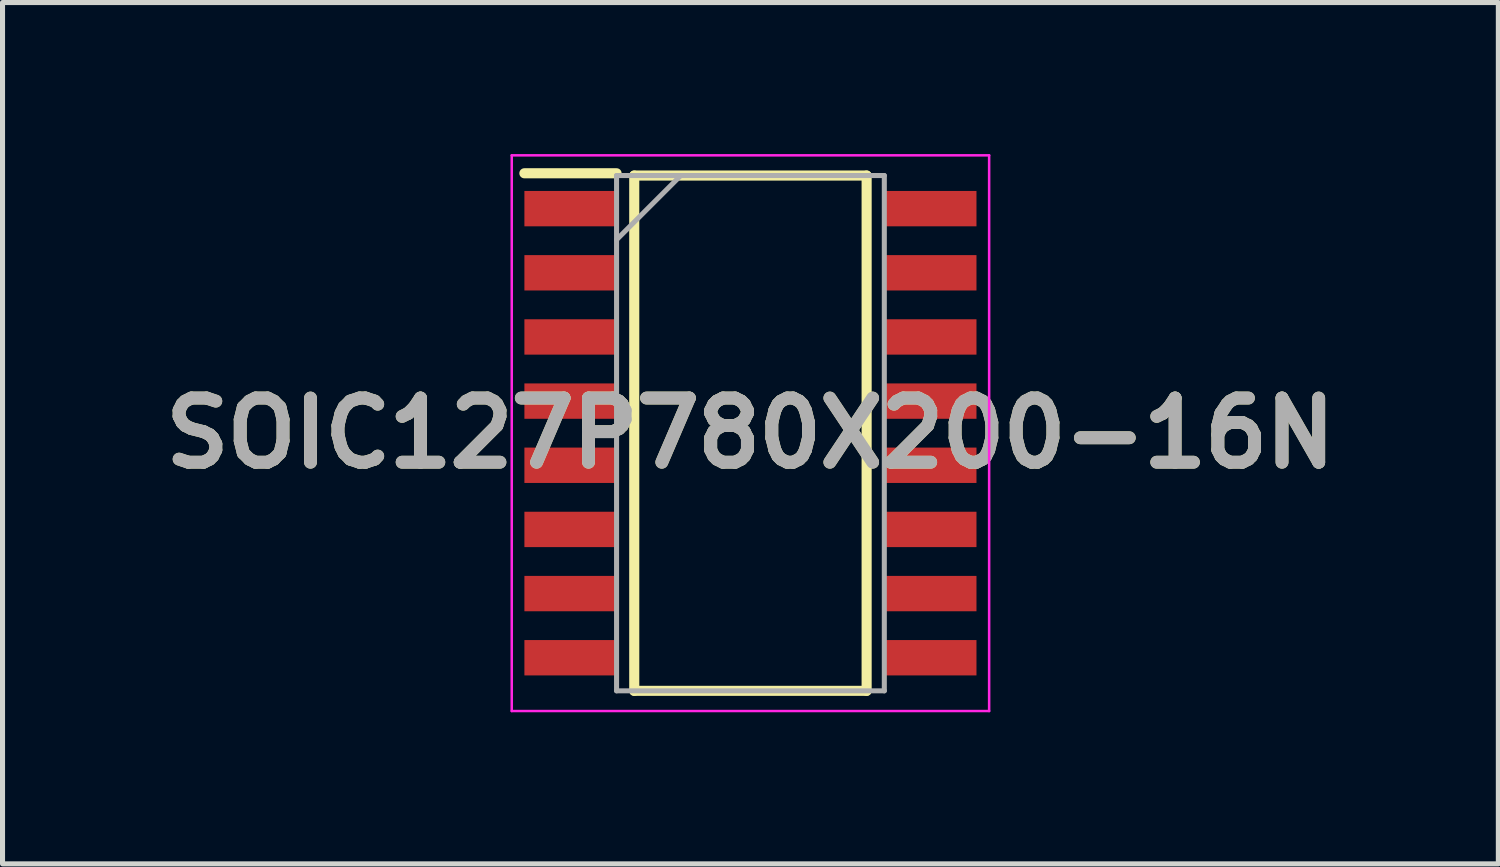
<source format=kicad_pcb>
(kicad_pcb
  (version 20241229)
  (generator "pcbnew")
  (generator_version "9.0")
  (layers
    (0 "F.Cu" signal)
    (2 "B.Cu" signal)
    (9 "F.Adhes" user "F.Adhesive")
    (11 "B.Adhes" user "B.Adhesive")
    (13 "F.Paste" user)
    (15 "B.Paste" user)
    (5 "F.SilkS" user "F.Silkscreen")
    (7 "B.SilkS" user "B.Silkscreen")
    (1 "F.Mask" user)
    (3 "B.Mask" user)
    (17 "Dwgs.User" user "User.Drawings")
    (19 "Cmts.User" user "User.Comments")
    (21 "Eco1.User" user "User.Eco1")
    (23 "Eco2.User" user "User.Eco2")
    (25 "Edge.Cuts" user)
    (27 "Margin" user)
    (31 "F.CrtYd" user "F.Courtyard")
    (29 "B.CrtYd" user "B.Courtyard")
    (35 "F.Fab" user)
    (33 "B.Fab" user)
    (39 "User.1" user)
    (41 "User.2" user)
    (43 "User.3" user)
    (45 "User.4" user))
  (footprint "SOIC127P780X200-16N"
    (layer "F.Cu")
    (at 11.805 5.525)
    (property "Reference" "SOIC127P780X200-16N" (at 0 0 0) (layer "F.SilkS") (effects (font (size 1.27 1.27) (thickness 0.254))))
    (attr smd)
    (fp_line (start -4.475 -5.145) (end -2.65 -5.145) (stroke (width 0.2) (type solid)) (layer "F.SilkS"))
    (fp_line (start -2.3 -5.1) (end 2.3 -5.1) (stroke (width 0.2) (type solid)) (layer "F.SilkS"))
    (fp_line (start -2.3 5.1) (end -2.3 -5.1) (stroke (width 0.2) (type solid)) (layer "F.SilkS"))
    (fp_line (start 2.3 -5.1) (end 2.3 5.1) (stroke (width 0.2) (type solid)) (layer "F.SilkS"))
    (fp_line (start 2.3 5.1) (end -2.3 5.1) (stroke (width 0.2) (type solid)) (layer "F.SilkS"))
    (fp_line (start -4.725 -5.5) (end 4.725 -5.5) (stroke (width 0.05) (type solid)) (layer "F.CrtYd"))
    (fp_line (start -4.725 5.5) (end -4.725 -5.5) (stroke (width 0.05) (type solid)) (layer "F.CrtYd"))
    (fp_line (start 4.725 -5.5) (end 4.725 5.5) (stroke (width 0.05) (type solid)) (layer "F.CrtYd"))
    (fp_line (start 4.725 5.5) (end -4.725 5.5) (stroke (width 0.05) (type solid)) (layer "F.CrtYd"))
    (fp_line (start -2.65 -5.1) (end 2.65 -5.1) (stroke (width 0.1) (type solid)) (layer "F.Fab"))
    (fp_line (start -2.65 -3.83) (end -1.38 -5.1) (stroke (width 0.1) (type solid)) (layer "F.Fab"))
    (fp_line (start -2.65 5.1) (end -2.65 -5.1) (stroke (width 0.1) (type solid)) (layer "F.Fab"))
    (fp_line (start 2.65 -5.1) (end 2.65 5.1) (stroke (width 0.1) (type solid)) (layer "F.Fab"))
    (fp_line (start 2.65 5.1) (end -2.65 5.1) (stroke (width 0.1) (type solid)) (layer "F.Fab"))
    (fp_text user "${REFERENCE}" (at 0 0 0) (layer "F.Fab") (effects (font (size 1.27 1.27) (thickness 0.254))))
    (pad "1" smd rect (at -3.562 -4.445 90) (size 0.7 1.825) (layers "F.Cu" "F.Mask" "F.Paste"))
    (pad "2" smd rect (at -3.562 -3.175 90) (size 0.7 1.825) (layers "F.Cu" "F.Mask" "F.Paste"))
    (pad "3" smd rect (at -3.562 -1.905 90) (size 0.7 1.825) (layers "F.Cu" "F.Mask" "F.Paste"))
    (pad "4" smd rect (at -3.562 -0.635 90) (size 0.7 1.825) (layers "F.Cu" "F.Mask" "F.Paste"))
    (pad "5" smd rect (at -3.562 0.635 90) (size 0.7 1.825) (layers "F.Cu" "F.Mask" "F.Paste"))
    (pad "6" smd rect (at -3.562 1.905 90) (size 0.7 1.825) (layers "F.Cu" "F.Mask" "F.Paste"))
    (pad "7" smd rect (at -3.562 3.175 90) (size 0.7 1.825) (layers "F.Cu" "F.Mask" "F.Paste"))
    (pad "8" smd rect (at -3.562 4.445 90) (size 0.7 1.825) (layers "F.Cu" "F.Mask" "F.Paste"))
    (pad "9" smd rect (at 3.562 4.445 90) (size 0.7 1.825) (layers "F.Cu" "F.Mask" "F.Paste"))
    (pad "10" smd rect (at 3.562 3.175 90) (size 0.7 1.825) (layers "F.Cu" "F.Mask" "F.Paste"))
    (pad "11" smd rect (at 3.562 1.905 90) (size 0.7 1.825) (layers "F.Cu" "F.Mask" "F.Paste"))
    (pad "12" smd rect (at 3.562 0.635 90) (size 0.7 1.825) (layers "F.Cu" "F.Mask" "F.Paste"))
    (pad "13" smd rect (at 3.562 -0.635 90) (size 0.7 1.825) (layers "F.Cu" "F.Mask" "F.Paste"))
    (pad "14" smd rect (at 3.562 -1.905 90) (size 0.7 1.825) (layers "F.Cu" "F.Mask" "F.Paste"))
    (pad "15" smd rect (at 3.562 -3.175 90) (size 0.7 1.825) (layers "F.Cu" "F.Mask" "F.Paste"))
    (pad "16" smd rect (at 3.562 -4.445 90) (size 0.7 1.825) (layers "F.Cu" "F.Mask" "F.Paste")))
  (gr_rect
    (start -3 -3)
    (end 26.61 14.05)
    (stroke (width 0.1) (type default))
    (fill no)
    (layer "Edge.Cuts")))
</source>
